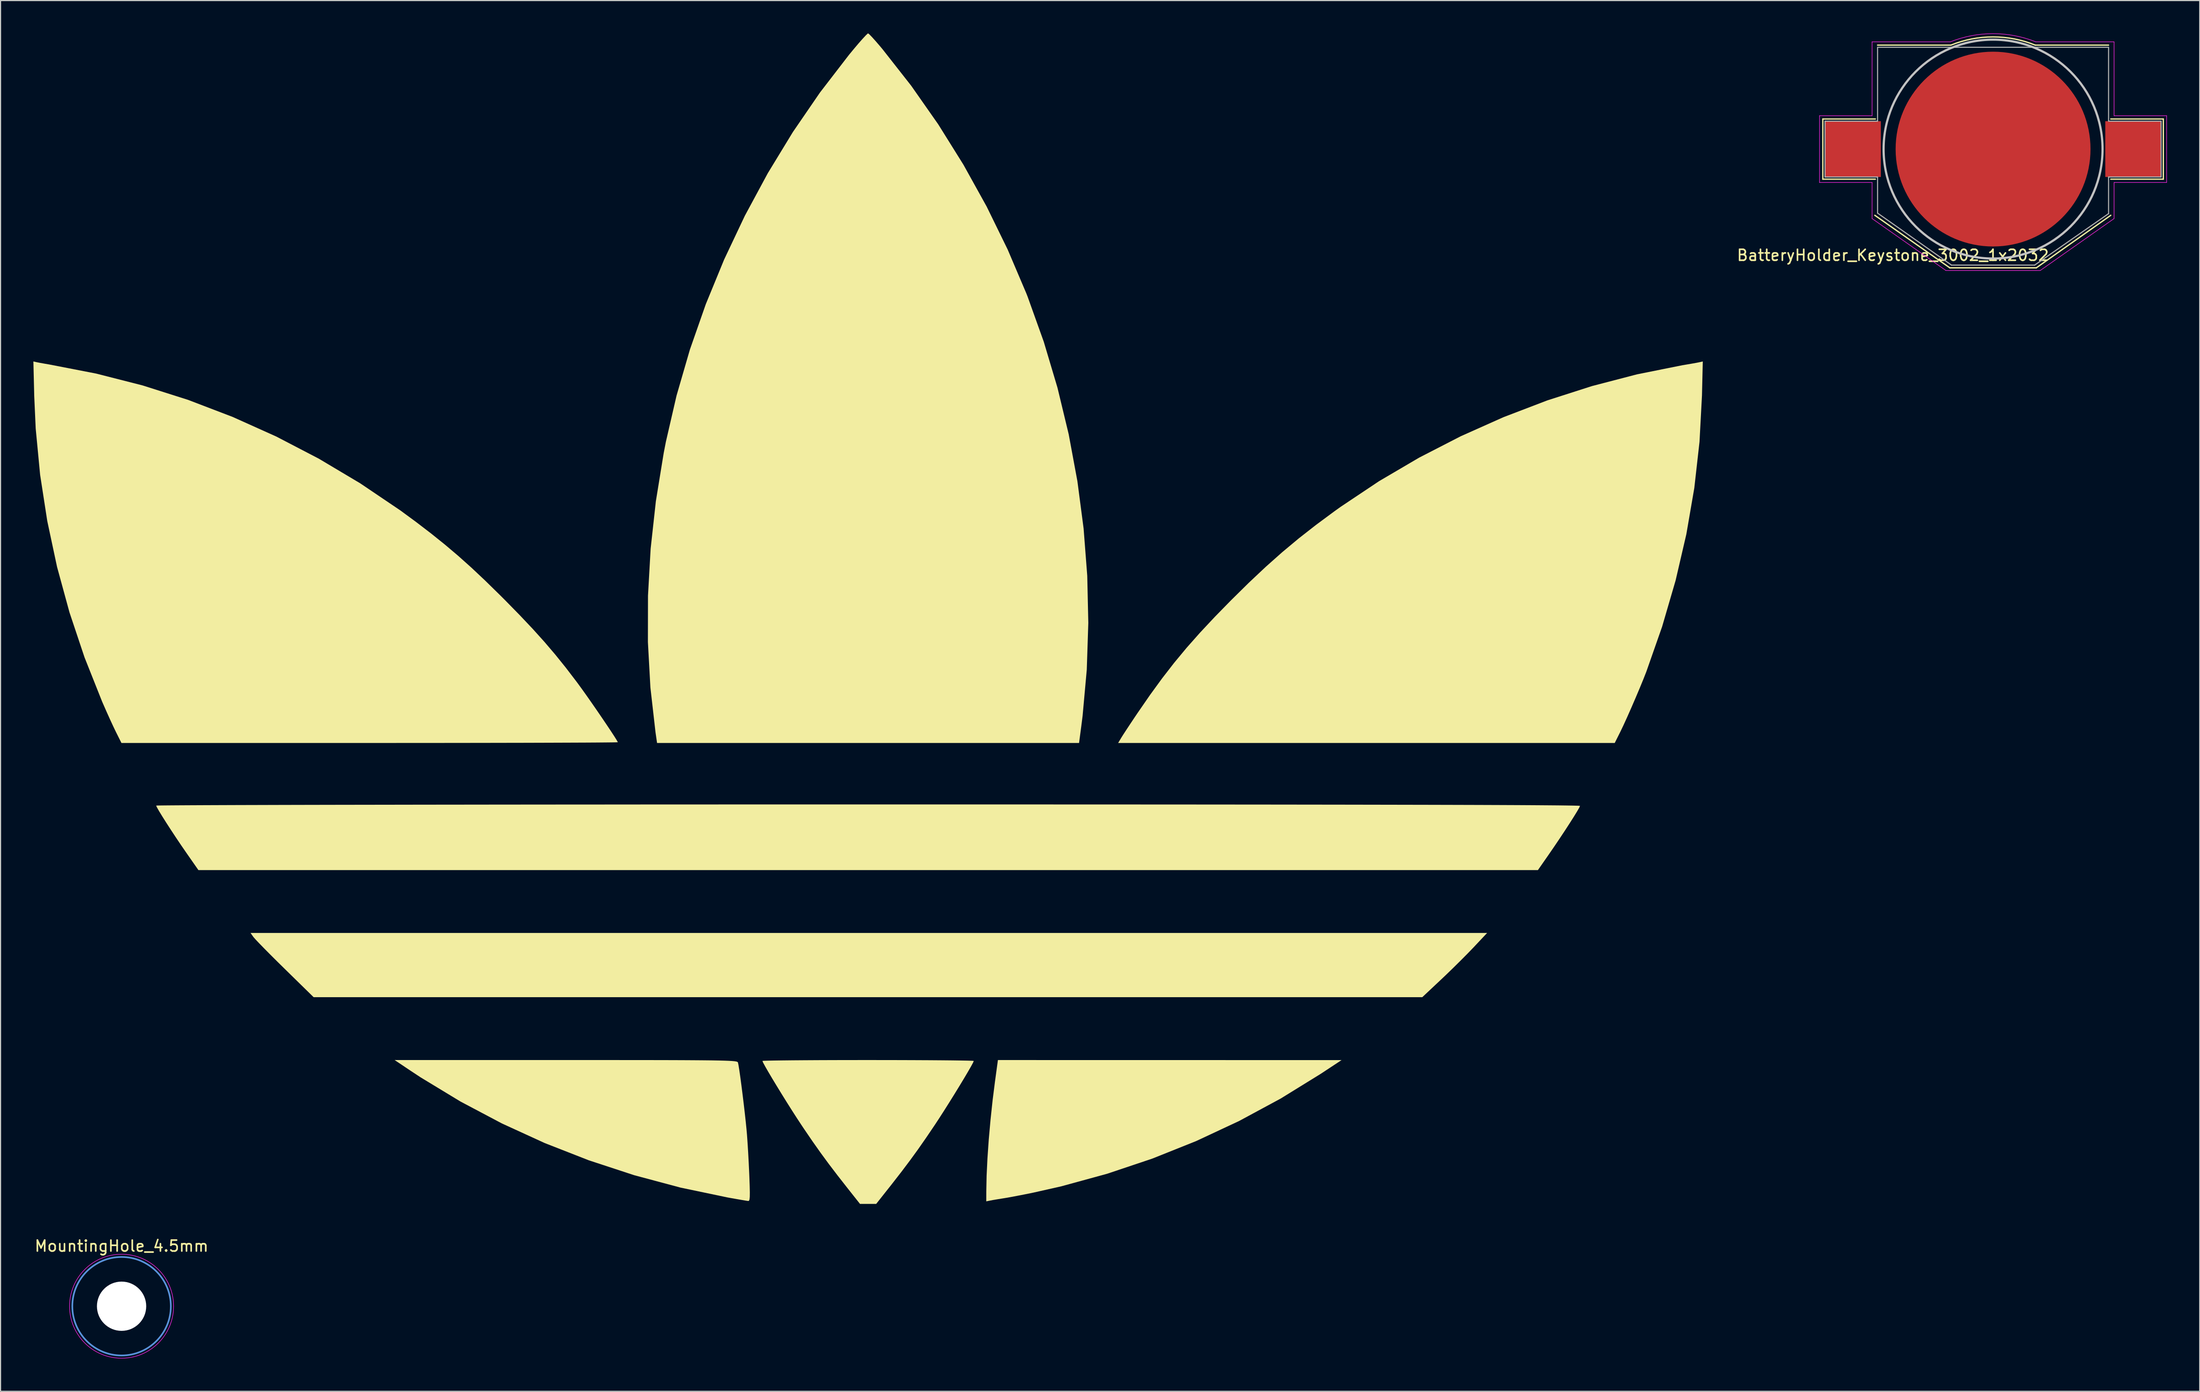
<source format=kicad_pcb>
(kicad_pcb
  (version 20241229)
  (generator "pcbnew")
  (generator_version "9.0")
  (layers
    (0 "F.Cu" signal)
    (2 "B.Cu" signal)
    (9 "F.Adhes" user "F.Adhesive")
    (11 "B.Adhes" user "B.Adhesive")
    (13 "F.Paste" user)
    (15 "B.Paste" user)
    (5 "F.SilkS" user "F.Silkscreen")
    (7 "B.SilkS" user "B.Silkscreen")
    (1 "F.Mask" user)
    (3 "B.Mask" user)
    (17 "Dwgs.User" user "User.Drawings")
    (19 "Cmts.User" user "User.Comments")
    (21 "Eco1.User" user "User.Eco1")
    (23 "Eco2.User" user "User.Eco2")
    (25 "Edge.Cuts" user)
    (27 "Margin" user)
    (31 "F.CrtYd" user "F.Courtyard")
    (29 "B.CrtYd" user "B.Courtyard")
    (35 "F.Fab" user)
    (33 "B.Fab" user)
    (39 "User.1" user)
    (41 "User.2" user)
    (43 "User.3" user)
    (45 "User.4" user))
  (footprint "MountingHole_4.5mm"
    (layer "F.Cu")
    (at 8.054 116.309)
    (property "Reference" "MountingHole_4.5mm" (at 0 -5.5 0) (layer "F.SilkS") (effects (font (size 1 1) (thickness 0.15))))
    (attr exclude_from_pos_files exclude_from_bom)
    (fp_circle (center 0 0) (end 4.5 0) (stroke (width 0.15) (type solid)) (fill no) (layer "Cmts.User"))
    (fp_circle (center 0 0) (end 4.75 0) (stroke (width 0.05) (type solid)) (fill no) (layer "F.CrtYd"))
    (pad "" np_thru_hole circle (at 0 0) (size 4.5 4.5) (drill 4.5) (layers "*.Cu" "*.Mask")))
  (footprint "Adidas_Logo"
    (layer "F.Cu")
    (at 76.238 53.48)
    (property "Reference" "Adidas_Logo" (at 0 0 0) (layer "F.SilkS") (effects (font (size 1.524 1.524) (thickness 0.3))))
    (attr board_only exclude_from_pos_files exclude_from_bom)
    (fp_poly (pts (xy 55.311 30.027) (xy 54.785 30.573) (xy 54.136 31.228) (xy 53.429 31.926) (xy 52.728 32.604) (xy 52.349 32.963) (xy 50.617 34.59) (xy -50.642 34.59) (xy -53.262 32.023) (xy -53.949 31.347) (xy -54.587 30.711) (xy -55.151 30.142) (xy -55.613 29.667) (xy -55.948 29.313) (xy -56.131 29.105) (xy -56.144 29.088) (xy -56.405 28.719) (xy 56.541 28.719)) (stroke (width 0) (type solid)) (fill yes) (layer "F.SilkS"))
    (fp_poly (pts (xy 43.243 40.339) (xy 41.339 41.595) (xy 37.688 43.85) (xy 33.898 45.897) (xy 29.982 47.729) (xy 25.957 49.34) (xy 21.837 50.723) (xy 17.637 51.874) (xy 15.108 52.445) (xy 14.365 52.596) (xy 13.627 52.74) (xy 12.968 52.864) (xy 12.465 52.951) (xy 12.377 52.965) (xy 11.875 53.046) (xy 11.427 53.121) (xy 11.144 53.174) (xy 10.795 53.245) (xy 10.797 52.31) (xy 10.825 50.909) (xy 10.902 49.318) (xy 11.022 47.596) (xy 11.182 45.802) (xy 11.375 43.995) (xy 11.584 42.344) (xy 11.858 40.334)) (stroke (width 0) (type solid)) (fill yes) (layer "F.SilkS"))
    (fp_poly (pts (xy 0.119 -53.387) (xy 0.367 -53.131) (xy 0.712 -52.747) (xy 1.123 -52.269) (xy 1.311 -52.044) (xy 3.934 -48.701) (xy 6.406 -45.17) (xy 8.71 -41.478) (xy 10.831 -37.654) (xy 12.75 -33.726) (xy 14.453 -29.722) (xy 14.571 -29.421) (xy 16.046 -25.302) (xy 17.297 -21.106) (xy 18.322 -16.851) (xy 19.118 -12.555) (xy 19.684 -8.238) (xy 20.017 -3.918) (xy 20.114 0.387) (xy 19.974 4.658) (xy 19.593 8.877) (xy 19.477 9.796) (xy 19.269 11.36) (xy -19.275 11.36) (xy -19.418 10.371) (xy -19.882 6.295) (xy -20.111 2.136) (xy -20.103 -2.095) (xy -19.861 -6.389) (xy -19.383 -10.734) (xy -18.67 -15.121) (xy -18.468 -16.163) (xy -17.494 -20.385) (xy -16.277 -24.581) (xy -14.825 -28.731) (xy -13.148 -32.815) (xy -11.258 -36.812) (xy -9.162 -40.701) (xy -6.871 -44.463) (xy -4.395 -48.075) (xy -1.744 -51.519) (xy -1.311 -52.044) (xy -0.882 -52.552) (xy -0.505 -52.98) (xy -0.211 -53.296) (xy -0.033 -53.463) (xy 0 -53.48)) (stroke (width 0) (type solid)) (fill yes) (layer "F.SilkS"))
    (fp_poly (pts (xy 76.164 -20.397) (xy 75.939 -16.164) (xy 75.463 -11.938) (xy 74.736 -7.716) (xy 73.756 -3.494) (xy 72.524 0.73) (xy 71.08 4.85) (xy 70.814 5.527) (xy 70.479 6.342) (xy 70.102 7.234) (xy 69.711 8.14) (xy 69.331 8.999) (xy 68.99 9.747) (xy 68.714 10.324) (xy 68.702 10.348) (xy 68.196 11.36) (xy 22.839 11.36) (xy 23.125 10.881) (xy 23.293 10.613) (xy 23.573 10.183) (xy 23.934 9.636) (xy 24.343 9.022) (xy 24.617 8.616) (xy 25.754 6.968) (xy 26.852 5.459) (xy 27.951 4.041) (xy 29.093 2.664) (xy 30.318 1.28) (xy 31.666 -0.161) (xy 33.139 -1.667) (xy 34.776 -3.282) (xy 36.318 -4.733) (xy 37.819 -6.067) (xy 39.332 -7.33) (xy 40.91 -8.565) (xy 42.605 -9.82) (xy 43.18 -10.231) (xy 46.678 -12.567) (xy 50.336 -14.715) (xy 54.131 -16.667) (xy 58.041 -18.413) (xy 62.044 -19.945) (xy 66.117 -21.252) (xy 70.238 -22.326) (xy 74.385 -23.158) (xy 74.803 -23.228) (xy 75.283 -23.31) (xy 75.701 -23.385) (xy 75.933 -23.432) (xy 76.237 -23.5)) (stroke (width 0) (type solid)) (fill yes) (layer "F.SilkS"))
    (fp_poly (pts (xy -25.277 40.334) (xy -23.197 40.334) (xy -21.345 40.336) (xy -19.707 40.337) (xy -18.27 40.34) (xy -17.021 40.344) (xy -15.946 40.35) (xy -15.034 40.357) (xy -14.269 40.365) (xy -13.64 40.376) (xy -13.133 40.389) (xy -12.735 40.404) (xy -12.432 40.421) (xy -12.211 40.441) (xy -12.06 40.464) (xy -11.964 40.49) (xy -11.912 40.52) (xy -11.888 40.552) (xy -11.887 40.557) (xy -11.835 40.805) (xy -11.762 41.262) (xy -11.672 41.886) (xy -11.572 42.633) (xy -11.467 43.459) (xy -11.362 44.319) (xy -11.263 45.171) (xy -11.175 45.97) (xy -11.104 46.674) (xy -11.061 47.162) (xy -11.009 47.896) (xy -10.954 48.789) (xy -10.902 49.748) (xy -10.858 50.678) (xy -10.844 51.023) (xy -10.815 51.836) (xy -10.802 52.426) (xy -10.807 52.826) (xy -10.831 53.069) (xy -10.875 53.187) (xy -10.935 53.213) (xy -11.12 53.187) (xy -11.504 53.124) (xy -12.034 53.032) (xy -12.659 52.921) (xy -12.827 52.891) (xy -17.137 51.988) (xy -21.366 50.855) (xy -25.503 49.497) (xy -29.535 47.919) (xy -33.448 46.126) (xy -37.231 44.123) (xy -40.869 41.916) (xy -41.845 41.272) (xy -43.242 40.334) (xy -27.598 40.334)) (stroke (width 0) (type solid)) (fill yes) (layer "F.SilkS"))
    (fp_poly (pts (xy 1.541 40.335) (xy 3.006 40.338) (xy 4.375 40.343) (xy 5.629 40.349) (xy 6.749 40.357) (xy 7.715 40.366) (xy 8.508 40.377) (xy 9.108 40.388) (xy 9.495 40.4) (xy 9.65 40.413) (xy 9.652 40.415) (xy 9.587 40.572) (xy 9.404 40.912) (xy 9.123 41.401) (xy 8.765 42.006) (xy 8.348 42.696) (xy 7.894 43.437) (xy 7.421 44.197) (xy 6.951 44.942) (xy 6.501 45.642) (xy 6.094 46.262) (xy 6.089 46.269) (xy 5.299 47.437) (xy 4.565 48.49) (xy 3.834 49.497) (xy 3.055 50.532) (xy 2.175 51.664) (xy 1.875 52.044) (xy 0.739 53.48) (xy -0.739 53.48) (xy -1.875 52.044) (xy -2.796 50.868) (xy -3.601 49.811) (xy -4.341 48.802) (xy -5.069 47.771) (xy -5.836 46.647) (xy -6.089 46.269) (xy -6.496 45.65) (xy -6.945 44.951) (xy -7.416 44.206) (xy -7.888 43.446) (xy -8.343 42.704) (xy -8.76 42.014) (xy -9.119 41.407) (xy -9.401 40.917) (xy -9.585 40.575) (xy -9.652 40.416) (xy -9.652 40.415) (xy -9.528 40.402) (xy -9.17 40.39) (xy -8.597 40.378) (xy -7.828 40.368) (xy -6.883 40.358) (xy -5.782 40.35) (xy -4.544 40.343) (xy -3.188 40.338) (xy -1.735 40.335) (xy -0.203 40.334) (xy 0 40.334)) (stroke (width 0) (type solid)) (fill yes) (layer "F.SilkS"))
    (fp_poly (pts (xy -75.933 -23.432) (xy -75.649 -23.376) (xy -75.215 -23.298) (xy -74.803 -23.228) (xy -70.505 -22.393) (xy -66.272 -21.313) (xy -62.113 -19.992) (xy -58.037 -18.432) (xy -54.051 -16.639) (xy -50.164 -14.615) (xy -46.385 -12.364) (xy -42.723 -9.89) (xy -41.297 -8.842) (xy -39.919 -7.785) (xy -38.65 -6.766) (xy -37.438 -5.739) (xy -36.234 -4.662) (xy -34.988 -3.49) (xy -33.65 -2.179) (xy -33.139 -1.669) (xy -31.805 -0.307) (xy -30.626 0.941) (xy -29.563 2.121) (xy -28.575 3.28) (xy -27.62 4.465) (xy -26.659 5.722) (xy -26.505 5.928) (xy -26.144 6.424) (xy -25.721 7.017) (xy -25.26 7.675) (xy -24.784 8.363) (xy -24.315 9.049) (xy -23.875 9.7) (xy -23.487 10.281) (xy -23.174 10.761) (xy -22.959 11.105) (xy -22.863 11.281) (xy -22.86 11.293) (xy -22.985 11.3) (xy -23.351 11.307) (xy -23.946 11.313) (xy -24.756 11.32) (xy -25.77 11.326) (xy -26.974 11.331) (xy -28.355 11.336) (xy -29.902 11.341) (xy -31.601 11.346) (xy -33.439 11.349) (xy -35.404 11.353) (xy -37.483 11.355) (xy -39.663 11.358) (xy -41.932 11.359) (xy -44.276 11.36) (xy -45.528 11.36) (xy -68.196 11.36) (xy -68.691 10.371) (xy -68.926 9.882) (xy -69.226 9.235) (xy -69.555 8.504) (xy -69.88 7.765) (xy -69.96 7.582) (xy -71.566 3.543) (xy -72.939 -0.564) (xy -74.076 -4.724) (xy -74.971 -8.922) (xy -75.623 -13.142) (xy -76.027 -17.369) (xy -76.161 -20.334) (xy -76.238 -23.5)) (stroke (width 0) (type solid)) (fill yes) (layer "F.SilkS"))
    (fp_poly (pts (xy 5.409 16.976) (xy 10.567 16.977) (xy 15.475 16.978) (xy 20.137 16.979) (xy 24.553 16.981) (xy 28.727 16.983) (xy 32.66 16.986) (xy 36.356 16.989) (xy 39.816 16.993) (xy 43.043 16.997) (xy 46.038 17.002) (xy 48.805 17.007) (xy 51.345 17.012) (xy 53.662 17.018) (xy 55.756 17.024) (xy 57.631 17.031) (xy 59.288 17.038) (xy 60.73 17.046) (xy 61.96 17.055) (xy 62.979 17.063) (xy 63.791 17.073) (xy 64.396 17.083) (xy 64.798 17.093) (xy 64.998 17.104) (xy 65.024 17.11) (xy 64.955 17.269) (xy 64.762 17.606) (xy 64.466 18.089) (xy 64.087 18.686) (xy 63.646 19.366) (xy 63.163 20.095) (xy 62.659 20.842) (xy 62.155 21.575) (xy 62.136 21.603) (xy 61.18 22.975) (xy -61.167 22.975) (xy -62.258 21.411) (xy -62.729 20.727) (xy -63.208 20.016) (xy -63.672 19.311) (xy -64.101 18.648) (xy -64.472 18.06) (xy -64.764 17.581) (xy -64.955 17.244) (xy -65.024 17.083) (xy -65.024 17.083) (xy -64.898 17.076) (xy -64.526 17.069) (xy -63.915 17.063) (xy -63.072 17.057) (xy -62.006 17.051) (xy -60.723 17.045) (xy -59.231 17.039) (xy -57.537 17.033) (xy -55.65 17.028) (xy -53.576 17.022) (xy -51.324 17.017) (xy -48.9 17.012) (xy -46.312 17.008) (xy -43.569 17.004) (xy -40.676 16.999) (xy -37.642 16.996) (xy -34.474 16.992) (xy -31.18 16.989) (xy -27.767 16.986) (xy -24.243 16.984) (xy -20.615 16.981) (xy -16.891 16.98) (xy -13.079 16.978) (xy -9.185 16.977) (xy -5.217 16.976) (xy -1.184 16.976) (xy 0 16.976)) (stroke (width 0) (type solid)) (fill yes) (layer "F.SilkS")))
  (footprint "BatteryHolder_Keystone_3002_1x2032"
    (layer "F.Cu")
    (at 178.989 10.573)
    (property "Reference" "BatteryHolder_Keystone_3002_1x2032" (at -9.15 9.7 0) (layer "F.SilkS") (effects (font (size 1 1) (thickness 0.15))))
    (attr smd)
    (fp_line (start -15.55 -2.75) (end -15.55 2.75) (stroke (width 0.12) (type solid)) (layer "F.SilkS"))
    (fp_line (start -15.55 2.75) (end -10.75 2.75) (stroke (width 0.12) (type solid)) (layer "F.SilkS"))
    (fp_line (start -10.8 6.05) (end -3.95 10.85) (stroke (width 0.12) (type solid)) (layer "F.SilkS"))
    (fp_line (start -10.75 -2.75) (end -15.55 -2.75) (stroke (width 0.12) (type solid)) (layer "F.SilkS"))
    (fp_line (start -10.55 -9.5) (end -3.85 -9.5) (stroke (width 0.12) (type solid)) (layer "F.SilkS"))
    (fp_line (start -3.95 10.85) (end 3.95 10.85) (stroke (width 0.12) (type solid)) (layer "F.SilkS"))
    (fp_line (start 3.95 10.85) (end 10.75 6.05) (stroke (width 0.12) (type solid)) (layer "F.SilkS"))
    (fp_line (start 10.55 -9.5) (end 3.85 -9.5) (stroke (width 0.12) (type solid)) (layer "F.SilkS"))
    (fp_line (start 10.75 2.75) (end 15.55 2.75) (stroke (width 0.12) (type solid)) (layer "F.SilkS"))
    (fp_line (start 15.55 -2.75) (end 10.75 -2.75) (stroke (width 0.12) (type solid)) (layer "F.SilkS"))
    (fp_line (start 15.55 2.75) (end 15.55 -2.75) (stroke (width 0.12) (type solid)) (layer "F.SilkS"))
    (fp_arc (start -3.846385 -9.501464) (mid 0.00195 -10.250487) (end 3.85 -9.5) (stroke (width 0.12) (type solid)) (layer "F.SilkS"))
    (fp_circle (center 0 0) (end 10 0) (stroke (width 0.2) (type solid)) (fill no) (layer "Dwgs.User"))
    (fp_line (start -15.85 -3.05) (end -11.05 -3.05) (stroke (width 0.05) (type solid)) (layer "F.CrtYd"))
    (fp_line (start -15.85 3.05) (end -15.85 -3.05) (stroke (width 0.05) (type solid)) (layer "F.CrtYd"))
    (fp_line (start -11.05 -9.8) (end -3.9 -9.8) (stroke (width 0.05) (type solid)) (layer "F.CrtYd"))
    (fp_line (start -11.05 -3.05) (end -11.05 -9.8) (stroke (width 0.05) (type solid)) (layer "F.CrtYd"))
    (fp_line (start -11.05 3.05) (end -15.85 3.05) (stroke (width 0.05) (type solid)) (layer "F.CrtYd"))
    (fp_line (start -11.05 6.35) (end -11.05 3.05) (stroke (width 0.05) (type solid)) (layer "F.CrtYd"))
    (fp_line (start -4.3 11.1) (end -11.05 6.35) (stroke (width 0.05) (type solid)) (layer "F.CrtYd"))
    (fp_line (start 4.3 11.1) (end -4.3 11.1) (stroke (width 0.05) (type solid)) (layer "F.CrtYd"))
    (fp_line (start 11.05 -9.8) (end 3.9 -9.8) (stroke (width 0.05) (type solid)) (layer "F.CrtYd"))
    (fp_line (start 11.05 -9.8) (end 11.05 -3.05) (stroke (width 0.05) (type solid)) (layer "F.CrtYd"))
    (fp_line (start 11.05 -3.05) (end 15.85 -3.05) (stroke (width 0.05) (type solid)) (layer "F.CrtYd"))
    (fp_line (start 11.05 3.05) (end 11.05 6.35) (stroke (width 0.05) (type solid)) (layer "F.CrtYd"))
    (fp_line (start 11.05 6.35) (end 4.3 11.1) (stroke (width 0.05) (type solid)) (layer "F.CrtYd"))
    (fp_line (start 15.85 -3.05) (end 15.85 3.05) (stroke (width 0.05) (type solid)) (layer "F.CrtYd"))
    (fp_line (start 15.85 3.05) (end 11.05 3.05) (stroke (width 0.05) (type solid)) (layer "F.CrtYd"))
    (fp_arc (start -3.9 -9.8) (mid 0 -10.547512) (end 3.9 -9.8) (stroke (width 0.05) (type solid)) (layer "F.CrtYd"))
    (fp_line (start -15.35 -2.55) (end -15.35 2.55) (stroke (width 0.1) (type solid)) (layer "F.Fab"))
    (fp_line (start -15.35 -2.55) (end -10.55 -2.55) (stroke (width 0.1) (type solid)) (layer "F.Fab"))
    (fp_line (start -15.35 2.55) (end -10.55 2.55) (stroke (width 0.1) (type solid)) (layer "F.Fab"))
    (fp_line (start -10.55 -2.55) (end -10.55 -9.3) (stroke (width 0.1) (type solid)) (layer "F.Fab"))
    (fp_line (start -10.55 2.55) (end -10.55 5.85) (stroke (width 0.1) (type solid)) (layer "F.Fab"))
    (fp_line (start -10.55 5.85) (end -3.8 10.6) (stroke (width 0.1) (type solid)) (layer "F.Fab"))
    (fp_line (start -3.8 10.6) (end 3.8 10.6) (stroke (width 0.1) (type solid)) (layer "F.Fab"))
    (fp_line (start 10.55 -9.3) (end -10.55 -9.3) (stroke (width 0.1) (type solid)) (layer "F.Fab"))
    (fp_line (start 10.55 -2.55) (end 10.55 -9.3) (stroke (width 0.1) (type solid)) (layer "F.Fab"))
    (fp_line (start 10.55 2.55) (end 10.55 5.9) (stroke (width 0.1) (type solid)) (layer "F.Fab"))
    (fp_line (start 10.55 2.55) (end 15.35 2.55) (stroke (width 0.1) (type solid)) (layer "F.Fab"))
    (fp_line (start 10.55 5.9) (end 3.8 10.6) (stroke (width 0.1) (type solid)) (layer "F.Fab"))
    (fp_line (start 15.35 -2.55) (end 10.55 -2.55) (stroke (width 0.1) (type solid)) (layer "F.Fab"))
    (fp_line (start 15.35 2.55) (end 15.35 -2.55) (stroke (width 0.1) (type solid)) (layer "F.Fab"))
    (pad "1" smd rect (at -12.8 0) (size 5.1 5.1) (layers "F.Cu" "F.Mask" "F.Paste"))
    (pad "1" smd rect (at 12.8 0) (size 5.1 5.1) (layers "F.Cu" "F.Mask" "F.Paste"))
    (pad "2" smd circle (at 0 0) (size 17.8 17.8) (layers "F.Cu" "F.Mask")))
  (gr_rect
    (start -3 -3)
    (end 197.864 124.084)
    (stroke (width 0.1) (type default))
    (fill no)
    (layer "Edge.Cuts")))
</source>
